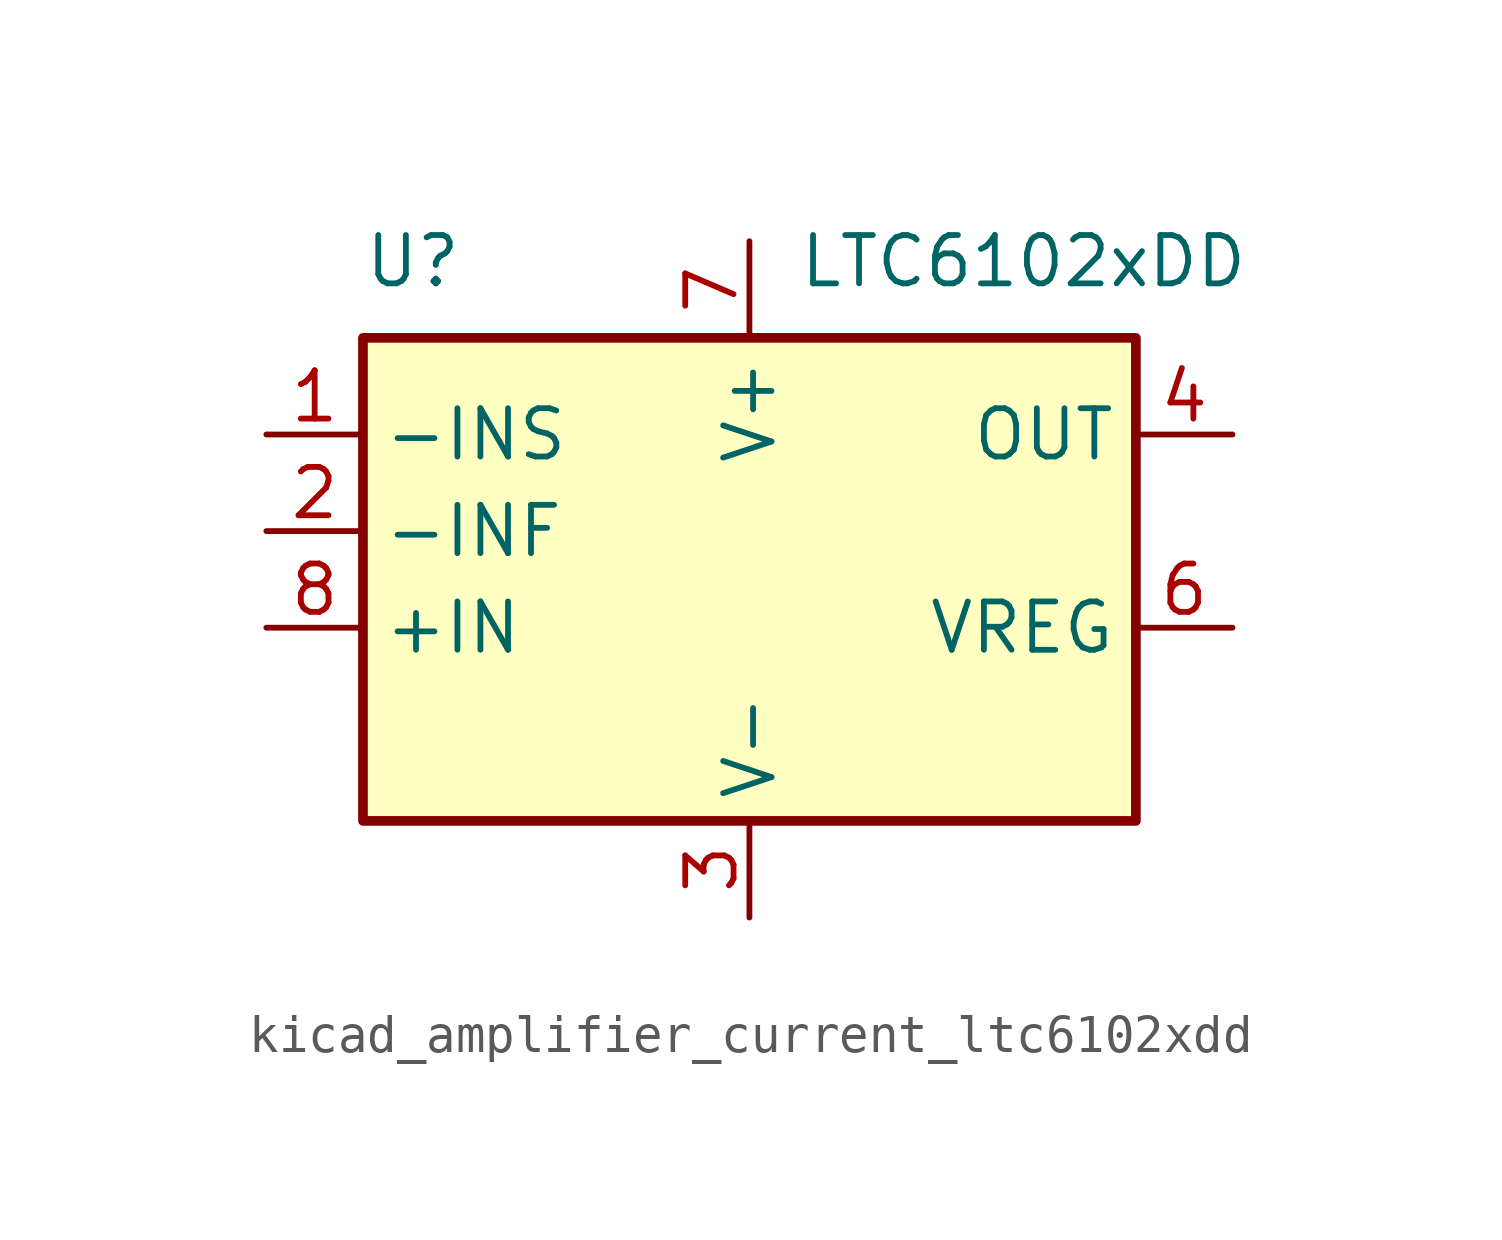
<source format=kicad_sym>
(kicad_symbol_lib
  (version 20220914)
  (generator kicad_symbol_editor)
  (symbol "kicad_amplifier_current_ltc6102xdd"
    (property "Reference" "U"
      (at -10.16 8.89 0)
      (effects (font (size 1.27 1.27)) (justify left bottom)))
    (property "Value" "LTC6102xDD"
      (at 1.27 8.89 0)
      (effects (font (size 1.27 1.27)) (justify left bottom)))
    (symbol "kicad_amplifier_current_ltc6102xdd_0_1"
      (rectangle (start -10.16 7.62) (end 10.16 -5.08) (stroke (width 0.254) (type default)) (fill (type background))))
    (symbol "kicad_amplifier_current_ltc6102xdd_1_1"
      (pin input line (at -12.7 5.08 0) (length 2.54) (name "-INS" (effects (font (size 1.27 1.27)))) (number "1" (effects (font (size 1.27 1.27)))))
      (pin input line (at -12.7 2.54 0) (length 2.54) (name "-INF" (effects (font (size 1.27 1.27)))) (number "2" (effects (font (size 1.27 1.27)))))
      (pin power_in line (at 0 -7.62 90) (length 2.54) (name "V-" (effects (font (size 1.27 1.27)))) (number "3" (effects (font (size 1.27 1.27)))))
      (pin output line (at 12.7 5.08 180) (length 2.54) (name "OUT" (effects (font (size 1.27 1.27)))) (number "4" (effects (font (size 1.27 1.27)))))
      (pin passive line (at 0 -7.62 90) (length 2.54) hide (name "V-" (effects (font (size 1.27 1.27)))) (number "5" (effects (font (size 1.27 1.27)))))
      (pin output line (at 12.7 0 180) (length 2.54) (name "VREG" (effects (font (size 1.27 1.27)))) (number "6" (effects (font (size 1.27 1.27)))))
      (pin power_in line (at 0 10.16 270) (length 2.54) (name "V+" (effects (font (size 1.27 1.27)))) (number "7" (effects (font (size 1.27 1.27)))))
      (pin input line (at -12.7 0 0) (length 2.54) (name "+IN" (effects (font (size 1.27 1.27)))) (number "8" (effects (font (size 1.27 1.27)))))
      (pin passive line (at 0 -7.62 90) (length 2.54) hide (name "V-" (effects (font (size 1.27 1.27)))) (number "9" (effects (font (size 1.27 1.27))))))))
</source>
